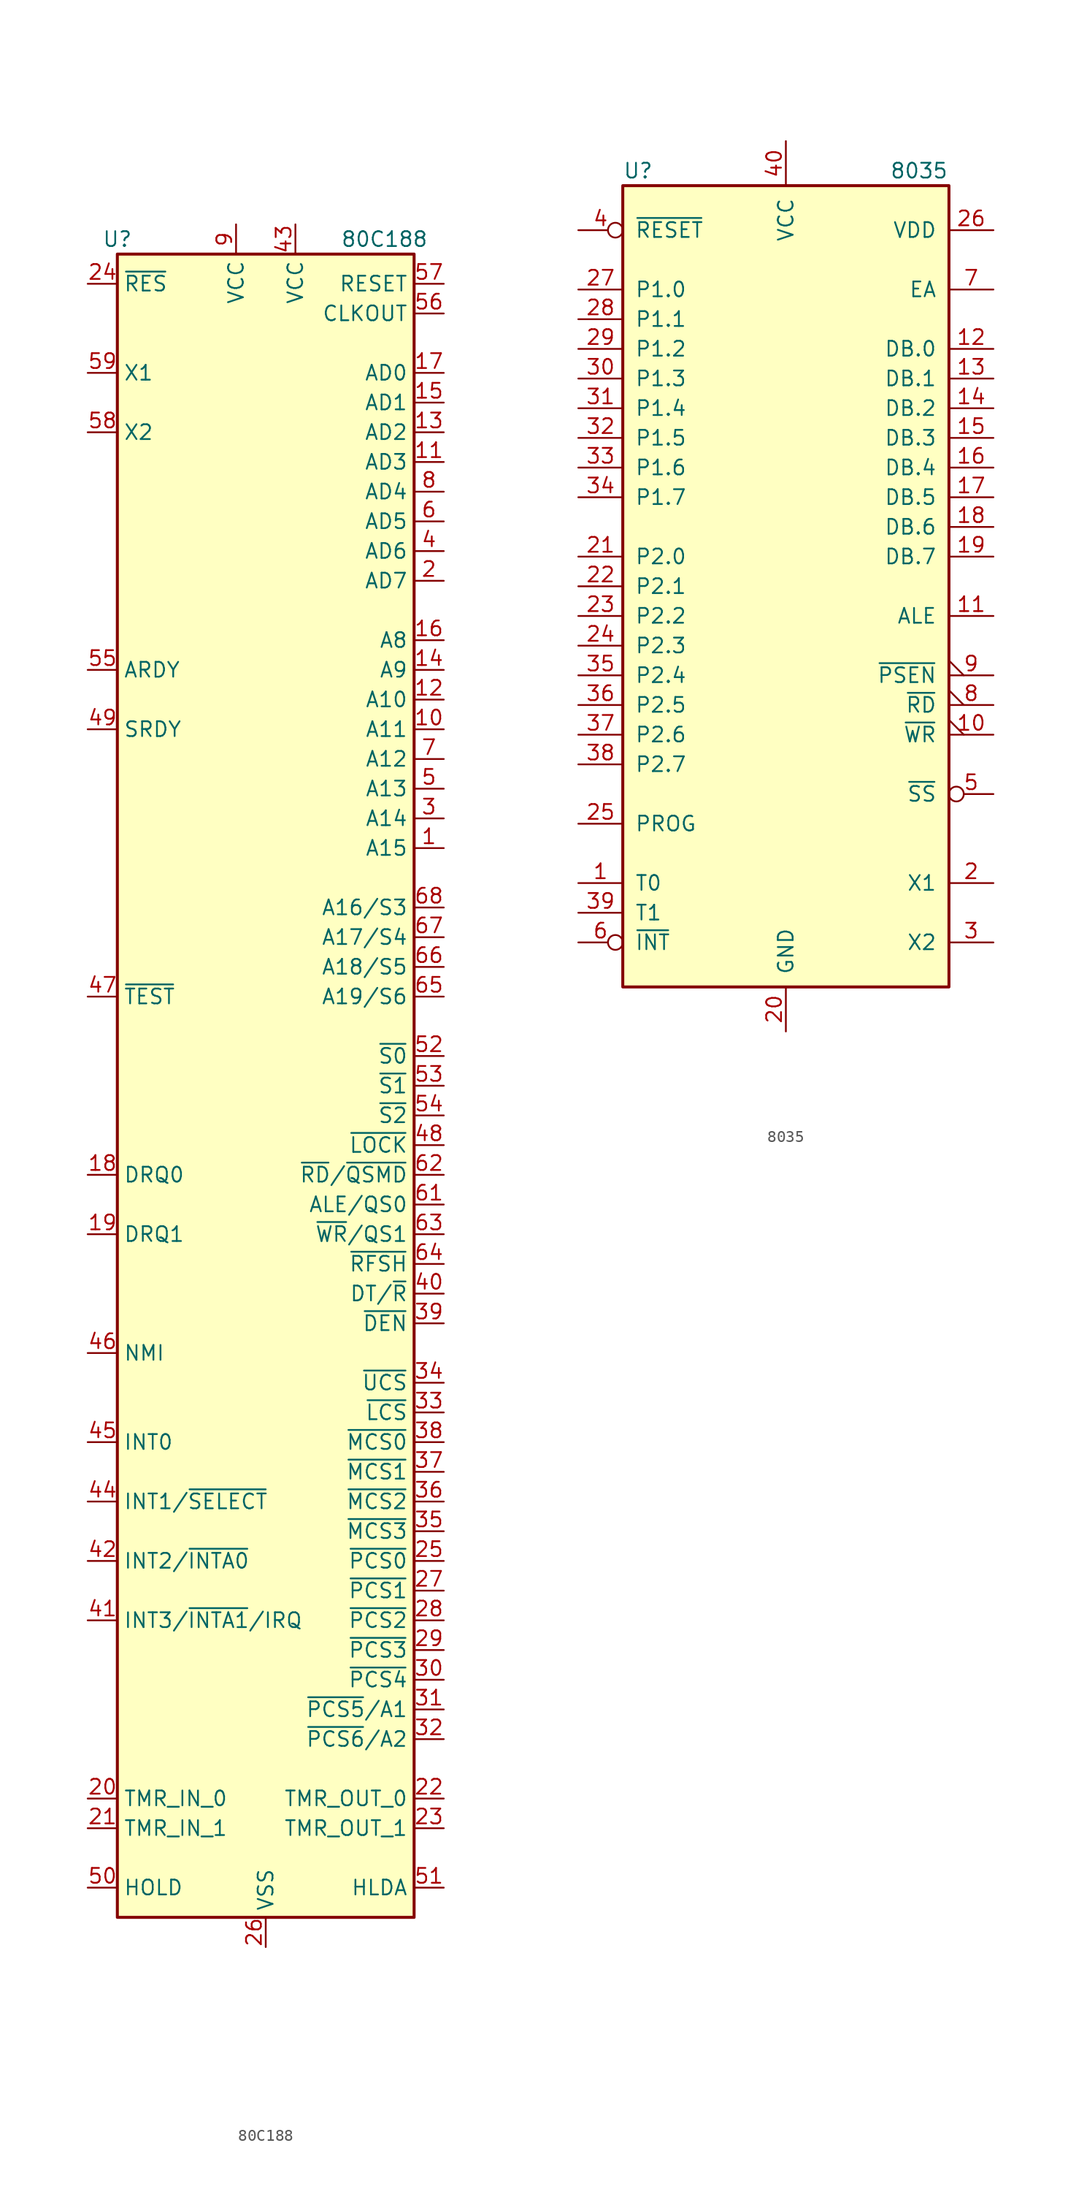
<source format=kicad_sym>
(kicad_symbol_lib
  (version 20241209)
  (generator "kicad_symbol_editor")
  (generator_version "9.0")
  (symbol "80C188"
    (property "Reference" "U"
      (at -12.7 72.39 0)
      (effects (font (size 1.27 1.27))))
    (property "Value" "80C188"
      (at 10.16 72.39 0)
      (effects (font (size 1.27 1.27))))
    (symbol "80C188_0_1"
      (rectangle (start 12.7 -71.12) (end -12.7 71.12) (stroke (width 0.254) (type default)) (fill (type background))))
    (symbol "80C188_1_1"
      (pin input line (at -15.24 68.58 0) (length 2.54) (name "~{RES}" (effects (font (size 1.27 1.27)))) (number "24" (effects (font (size 1.27 1.27)))))
      (pin input line (at -15.24 60.96 0) (length 2.54) (name "X1" (effects (font (size 1.27 1.27)))) (number "59" (effects (font (size 1.27 1.27)))))
      (pin output line (at -15.24 55.88 0) (length 2.54) (name "X2" (effects (font (size 1.27 1.27)))) (number "58" (effects (font (size 1.27 1.27)))))
      (pin input line (at -15.24 35.56 0) (length 2.54) (name "ARDY" (effects (font (size 1.27 1.27)))) (number "55" (effects (font (size 1.27 1.27)))))
      (pin input line (at -15.24 30.48 0) (length 2.54) (name "SRDY" (effects (font (size 1.27 1.27)))) (number "49" (effects (font (size 1.27 1.27)))))
      (pin bidirectional line (at -15.24 7.62 0) (length 2.54) (name "~{TEST}" (effects (font (size 1.27 1.27)))) (number "47" (effects (font (size 1.27 1.27)))))
      (pin input line (at -15.24 -7.62 0) (length 2.54) (name "DRQ0" (effects (font (size 1.27 1.27)))) (number "18" (effects (font (size 1.27 1.27)))))
      (pin input line (at -15.24 -12.7 0) (length 2.54) (name "DRQ1" (effects (font (size 1.27 1.27)))) (number "19" (effects (font (size 1.27 1.27)))))
      (pin input line (at -15.24 -22.86 0) (length 2.54) (name "NMI" (effects (font (size 1.27 1.27)))) (number "46" (effects (font (size 1.27 1.27)))))
      (pin input line (at -15.24 -30.48 0) (length 2.54) (name "INT0" (effects (font (size 1.27 1.27)))) (number "45" (effects (font (size 1.27 1.27)))))
      (pin input line (at -15.24 -35.56 0) (length 2.54) (name "INT1/~{SELECT}" (effects (font (size 1.27 1.27)))) (number "44" (effects (font (size 1.27 1.27)))))
      (pin bidirectional line (at -15.24 -40.64 0) (length 2.54) (name "INT2/~{INTA0}" (effects (font (size 1.27 1.27)))) (number "42" (effects (font (size 1.27 1.27)))))
      (pin bidirectional line (at -15.24 -45.72 0) (length 2.54) (name "INT3/~{INTA1}/IRQ" (effects (font (size 1.27 1.27)))) (number "41" (effects (font (size 1.27 1.27)))))
      (pin input line (at -15.24 -60.96 0) (length 2.54) (name "TMR_IN_0" (effects (font (size 1.27 1.27)))) (number "20" (effects (font (size 1.27 1.27)))))
      (pin input line (at -15.24 -63.5 0) (length 2.54) (name "TMR_IN_1" (effects (font (size 1.27 1.27)))) (number "21" (effects (font (size 1.27 1.27)))))
      (pin input line (at -15.24 -68.58 0) (length 2.54) (name "HOLD" (effects (font (size 1.27 1.27)))) (number "50" (effects (font (size 1.27 1.27)))))
      (pin power_in line (at -2.54 73.66 270) (length 2.54) (name "VCC" (effects (font (size 1.27 1.27)))) (number "9" (effects (font (size 1.27 1.27)))))
      (pin power_in line (at 0 -73.66 90) (length 2.54) (name "VSS" (effects (font (size 1.27 1.27)))) (number "26" (effects (font (size 1.27 1.27)))))
      (pin passive line (at 0 -73.66 90) (length 2.54) (hide yes) (name "VSS" (effects (font (size 1.27 1.27)))) (number "60" (effects (font (size 1.27 1.27)))))
      (pin power_in line (at 2.54 73.66 270) (length 2.54) (name "VCC" (effects (font (size 1.27 1.27)))) (number "43" (effects (font (size 1.27 1.27)))))
      (pin output line (at 15.24 68.58 180) (length 2.54) (name "RESET" (effects (font (size 1.27 1.27)))) (number "57" (effects (font (size 1.27 1.27)))))
      (pin output line (at 15.24 66.04 180) (length 2.54) (name "CLKOUT" (effects (font (size 1.27 1.27)))) (number "56" (effects (font (size 1.27 1.27)))))
      (pin bidirectional line (at 15.24 60.96 180) (length 2.54) (name "AD0" (effects (font (size 1.27 1.27)))) (number "17" (effects (font (size 1.27 1.27)))))
      (pin bidirectional line (at 15.24 58.42 180) (length 2.54) (name "AD1" (effects (font (size 1.27 1.27)))) (number "15" (effects (font (size 1.27 1.27)))))
      (pin bidirectional line (at 15.24 55.88 180) (length 2.54) (name "AD2" (effects (font (size 1.27 1.27)))) (number "13" (effects (font (size 1.27 1.27)))))
      (pin bidirectional line (at 15.24 53.34 180) (length 2.54) (name "AD3" (effects (font (size 1.27 1.27)))) (number "11" (effects (font (size 1.27 1.27)))))
      (pin bidirectional line (at 15.24 50.8 180) (length 2.54) (name "AD4" (effects (font (size 1.27 1.27)))) (number "8" (effects (font (size 1.27 1.27)))))
      (pin bidirectional line (at 15.24 48.26 180) (length 2.54) (name "AD5" (effects (font (size 1.27 1.27)))) (number "6" (effects (font (size 1.27 1.27)))))
      (pin bidirectional line (at 15.24 45.72 180) (length 2.54) (name "AD6" (effects (font (size 1.27 1.27)))) (number "4" (effects (font (size 1.27 1.27)))))
      (pin bidirectional line (at 15.24 43.18 180) (length 2.54) (name "AD7" (effects (font (size 1.27 1.27)))) (number "2" (effects (font (size 1.27 1.27)))))
      (pin output line (at 15.24 38.1 180) (length 2.54) (name "A8" (effects (font (size 1.27 1.27)))) (number "16" (effects (font (size 1.27 1.27)))))
      (pin output line (at 15.24 35.56 180) (length 2.54) (name "A9" (effects (font (size 1.27 1.27)))) (number "14" (effects (font (size 1.27 1.27)))))
      (pin output line (at 15.24 33.02 180) (length 2.54) (name "A10" (effects (font (size 1.27 1.27)))) (number "12" (effects (font (size 1.27 1.27)))))
      (pin output line (at 15.24 30.48 180) (length 2.54) (name "A11" (effects (font (size 1.27 1.27)))) (number "10" (effects (font (size 1.27 1.27)))))
      (pin output line (at 15.24 27.94 180) (length 2.54) (name "A12" (effects (font (size 1.27 1.27)))) (number "7" (effects (font (size 1.27 1.27)))))
      (pin output line (at 15.24 25.4 180) (length 2.54) (name "A13" (effects (font (size 1.27 1.27)))) (number "5" (effects (font (size 1.27 1.27)))))
      (pin output line (at 15.24 22.86 180) (length 2.54) (name "A14" (effects (font (size 1.27 1.27)))) (number "3" (effects (font (size 1.27 1.27)))))
      (pin output line (at 15.24 20.32 180) (length 2.54) (name "A15" (effects (font (size 1.27 1.27)))) (number "1" (effects (font (size 1.27 1.27)))))
      (pin output line (at 15.24 15.24 180) (length 2.54) (name "A16/S3" (effects (font (size 1.27 1.27)))) (number "68" (effects (font (size 1.27 1.27)))))
      (pin output line (at 15.24 12.7 180) (length 2.54) (name "A17/S4" (effects (font (size 1.27 1.27)))) (number "67" (effects (font (size 1.27 1.27)))))
      (pin output line (at 15.24 10.16 180) (length 2.54) (name "A18/S5" (effects (font (size 1.27 1.27)))) (number "66" (effects (font (size 1.27 1.27)))))
      (pin output line (at 15.24 7.62 180) (length 2.54) (name "A19/S6" (effects (font (size 1.27 1.27)))) (number "65" (effects (font (size 1.27 1.27)))))
      (pin output line (at 15.24 2.54 180) (length 2.54) (name "~{S0}" (effects (font (size 1.27 1.27)))) (number "52" (effects (font (size 1.27 1.27)))))
      (pin output line (at 15.24 0 180) (length 2.54) (name "~{S1}" (effects (font (size 1.27 1.27)))) (number "53" (effects (font (size 1.27 1.27)))))
      (pin output line (at 15.24 -2.54 180) (length 2.54) (name "~{S2}" (effects (font (size 1.27 1.27)))) (number "54" (effects (font (size 1.27 1.27)))))
      (pin output line (at 15.24 -5.08 180) (length 2.54) (name "~{LOCK}" (effects (font (size 1.27 1.27)))) (number "48" (effects (font (size 1.27 1.27)))))
      (pin bidirectional line (at 15.24 -7.62 180) (length 2.54) (name "~{RD}/~{QSMD}" (effects (font (size 1.27 1.27)))) (number "62" (effects (font (size 1.27 1.27)))))
      (pin output line (at 15.24 -10.16 180) (length 2.54) (name "ALE/QS0" (effects (font (size 1.27 1.27)))) (number "61" (effects (font (size 1.27 1.27)))))
      (pin output line (at 15.24 -12.7 180) (length 2.54) (name "~{WR}/QS1" (effects (font (size 1.27 1.27)))) (number "63" (effects (font (size 1.27 1.27)))))
      (pin output line (at 15.24 -15.24 180) (length 2.54) (name "~{RFSH}" (effects (font (size 1.27 1.27)))) (number "64" (effects (font (size 1.27 1.27)))))
      (pin output line (at 15.24 -17.78 180) (length 2.54) (name "DT/~{R}" (effects (font (size 1.27 1.27)))) (number "40" (effects (font (size 1.27 1.27)))))
      (pin output line (at 15.24 -20.32 180) (length 2.54) (name "~{DEN}" (effects (font (size 1.27 1.27)))) (number "39" (effects (font (size 1.27 1.27)))))
      (pin bidirectional line (at 15.24 -25.4 180) (length 2.54) (name "~{UCS}" (effects (font (size 1.27 1.27)))) (number "34" (effects (font (size 1.27 1.27)))))
      (pin bidirectional line (at 15.24 -27.94 180) (length 2.54) (name "~{LCS}" (effects (font (size 1.27 1.27)))) (number "33" (effects (font (size 1.27 1.27)))))
      (pin output line (at 15.24 -30.48 180) (length 2.54) (name "~{MCS0}" (effects (font (size 1.27 1.27)))) (number "38" (effects (font (size 1.27 1.27)))))
      (pin output line (at 15.24 -33.02 180) (length 2.54) (name "~{MCS1}" (effects (font (size 1.27 1.27)))) (number "37" (effects (font (size 1.27 1.27)))))
      (pin output line (at 15.24 -35.56 180) (length 2.54) (name "~{MCS2}" (effects (font (size 1.27 1.27)))) (number "36" (effects (font (size 1.27 1.27)))))
      (pin output line (at 15.24 -38.1 180) (length 2.54) (name "~{MCS3}" (effects (font (size 1.27 1.27)))) (number "35" (effects (font (size 1.27 1.27)))))
      (pin output line (at 15.24 -40.64 180) (length 2.54) (name "~{PCS0}" (effects (font (size 1.27 1.27)))) (number "25" (effects (font (size 1.27 1.27)))))
      (pin output line (at 15.24 -43.18 180) (length 2.54) (name "~{PCS1}" (effects (font (size 1.27 1.27)))) (number "27" (effects (font (size 1.27 1.27)))))
      (pin output line (at 15.24 -45.72 180) (length 2.54) (name "~{PCS2}" (effects (font (size 1.27 1.27)))) (number "28" (effects (font (size 1.27 1.27)))))
      (pin output line (at 15.24 -48.26 180) (length 2.54) (name "~{PCS3}" (effects (font (size 1.27 1.27)))) (number "29" (effects (font (size 1.27 1.27)))))
      (pin output line (at 15.24 -50.8 180) (length 2.54) (name "~{PCS4}" (effects (font (size 1.27 1.27)))) (number "30" (effects (font (size 1.27 1.27)))))
      (pin output line (at 15.24 -53.34 180) (length 2.54) (name "~{PCS5}/A1" (effects (font (size 1.27 1.27)))) (number "31" (effects (font (size 1.27 1.27)))))
      (pin output line (at 15.24 -55.88 180) (length 2.54) (name "~{PCS6}/A2" (effects (font (size 1.27 1.27)))) (number "32" (effects (font (size 1.27 1.27)))))
      (pin output line (at 15.24 -60.96 180) (length 2.54) (name "TMR_OUT_0" (effects (font (size 1.27 1.27)))) (number "22" (effects (font (size 1.27 1.27)))))
      (pin output line (at 15.24 -63.5 180) (length 2.54) (name "TMR_OUT_1" (effects (font (size 1.27 1.27)))) (number "23" (effects (font (size 1.27 1.27)))))
      (pin output line (at 15.24 -68.58 180) (length 2.54) (name "HLDA" (effects (font (size 1.27 1.27)))) (number "51" (effects (font (size 1.27 1.27)))))))
  (symbol "8035"
    (pin_names
      (offset 1.016))
    (property "Reference" "U"
      (at -13.97 35.56 0)
      (effects (font (size 1.27 1.27)) (justify left)))
    (property "Value" "8035"
      (at 8.89 35.56 0)
      (effects (font (size 1.27 1.27)) (justify left)))
    (symbol "8035_1_1"
      (rectangle (start -13.97 -34.29) (end 13.97 34.29) (stroke (width 0.254) (type default)) (fill (type background)))
      (pin input inverted (at -17.78 30.48 0) (length 3.81) (name "~{RESET}" (effects (font (size 1.27 1.27)))) (number "4" (effects (font (size 1.27 1.27)))))
      (pin bidirectional line (at -17.78 25.4 0) (length 3.81) (name "P1.0" (effects (font (size 1.27 1.27)))) (number "27" (effects (font (size 1.27 1.27)))))
      (pin bidirectional line (at -17.78 22.86 0) (length 3.81) (name "P1.1" (effects (font (size 1.27 1.27)))) (number "28" (effects (font (size 1.27 1.27)))))
      (pin bidirectional line (at -17.78 20.32 0) (length 3.81) (name "P1.2" (effects (font (size 1.27 1.27)))) (number "29" (effects (font (size 1.27 1.27)))))
      (pin bidirectional line (at -17.78 17.78 0) (length 3.81) (name "P1.3" (effects (font (size 1.27 1.27)))) (number "30" (effects (font (size 1.27 1.27)))))
      (pin bidirectional line (at -17.78 15.24 0) (length 3.81) (name "P1.4" (effects (font (size 1.27 1.27)))) (number "31" (effects (font (size 1.27 1.27)))))
      (pin bidirectional line (at -17.78 12.7 0) (length 3.81) (name "P1.5" (effects (font (size 1.27 1.27)))) (number "32" (effects (font (size 1.27 1.27)))))
      (pin bidirectional line (at -17.78 10.16 0) (length 3.81) (name "P1.6" (effects (font (size 1.27 1.27)))) (number "33" (effects (font (size 1.27 1.27)))))
      (pin bidirectional line (at -17.78 7.62 0) (length 3.81) (name "P1.7" (effects (font (size 1.27 1.27)))) (number "34" (effects (font (size 1.27 1.27)))))
      (pin bidirectional line (at -17.78 2.54 0) (length 3.81) (name "P2.0" (effects (font (size 1.27 1.27)))) (number "21" (effects (font (size 1.27 1.27)))))
      (pin bidirectional line (at -17.78 0 0) (length 3.81) (name "P2.1" (effects (font (size 1.27 1.27)))) (number "22" (effects (font (size 1.27 1.27)))))
      (pin bidirectional line (at -17.78 -2.54 0) (length 3.81) (name "P2.2" (effects (font (size 1.27 1.27)))) (number "23" (effects (font (size 1.27 1.27)))))
      (pin bidirectional line (at -17.78 -5.08 0) (length 3.81) (name "P2.3" (effects (font (size 1.27 1.27)))) (number "24" (effects (font (size 1.27 1.27)))))
      (pin bidirectional line (at -17.78 -7.62 0) (length 3.81) (name "P2.4" (effects (font (size 1.27 1.27)))) (number "35" (effects (font (size 1.27 1.27)))))
      (pin bidirectional line (at -17.78 -10.16 0) (length 3.81) (name "P2.5" (effects (font (size 1.27 1.27)))) (number "36" (effects (font (size 1.27 1.27)))))
      (pin bidirectional line (at -17.78 -12.7 0) (length 3.81) (name "P2.6" (effects (font (size 1.27 1.27)))) (number "37" (effects (font (size 1.27 1.27)))))
      (pin bidirectional line (at -17.78 -15.24 0) (length 3.81) (name "P2.7" (effects (font (size 1.27 1.27)))) (number "38" (effects (font (size 1.27 1.27)))))
      (pin output line (at -17.78 -20.32 0) (length 3.81) (name "PROG" (effects (font (size 1.27 1.27)))) (number "25" (effects (font (size 1.27 1.27)))))
      (pin input line (at -17.78 -25.4 0) (length 3.81) (name "T0" (effects (font (size 1.27 1.27)))) (number "1" (effects (font (size 1.27 1.27)))))
      (pin input line (at -17.78 -27.94 0) (length 3.81) (name "T1" (effects (font (size 1.27 1.27)))) (number "39" (effects (font (size 1.27 1.27)))))
      (pin input inverted (at -17.78 -30.48 0) (length 3.81) (name "~{INT}" (effects (font (size 1.27 1.27)))) (number "6" (effects (font (size 1.27 1.27)))))
      (pin power_in line (at 0 38.1 270) (length 3.81) (name "VCC" (effects (font (size 1.27 1.27)))) (number "40" (effects (font (size 1.27 1.27)))))
      (pin power_in line (at 0 -38.1 90) (length 3.81) (name "GND" (effects (font (size 1.27 1.27)))) (number "20" (effects (font (size 1.27 1.27)))))
      (pin power_in line (at 17.78 30.48 180) (length 3.81) (name "VDD" (effects (font (size 1.27 1.27)))) (number "26" (effects (font (size 1.27 1.27)))))
      (pin input line (at 17.78 25.4 180) (length 3.81) (name "EA" (effects (font (size 1.27 1.27)))) (number "7" (effects (font (size 1.27 1.27)))))
      (pin bidirectional line (at 17.78 20.32 180) (length 3.81) (name "DB.0" (effects (font (size 1.27 1.27)))) (number "12" (effects (font (size 1.27 1.27)))))
      (pin bidirectional line (at 17.78 17.78 180) (length 3.81) (name "DB.1" (effects (font (size 1.27 1.27)))) (number "13" (effects (font (size 1.27 1.27)))))
      (pin bidirectional line (at 17.78 15.24 180) (length 3.81) (name "DB.2" (effects (font (size 1.27 1.27)))) (number "14" (effects (font (size 1.27 1.27)))))
      (pin bidirectional line (at 17.78 12.7 180) (length 3.81) (name "DB.3" (effects (font (size 1.27 1.27)))) (number "15" (effects (font (size 1.27 1.27)))))
      (pin bidirectional line (at 17.78 10.16 180) (length 3.81) (name "DB.4" (effects (font (size 1.27 1.27)))) (number "16" (effects (font (size 1.27 1.27)))))
      (pin bidirectional line (at 17.78 7.62 180) (length 3.81) (name "DB.5" (effects (font (size 1.27 1.27)))) (number "17" (effects (font (size 1.27 1.27)))))
      (pin bidirectional line (at 17.78 5.08 180) (length 3.81) (name "DB.6" (effects (font (size 1.27 1.27)))) (number "18" (effects (font (size 1.27 1.27)))))
      (pin bidirectional line (at 17.78 2.54 180) (length 3.81) (name "DB.7" (effects (font (size 1.27 1.27)))) (number "19" (effects (font (size 1.27 1.27)))))
      (pin output line (at 17.78 -2.54 180) (length 3.81) (name "ALE" (effects (font (size 1.27 1.27)))) (number "11" (effects (font (size 1.27 1.27)))))
      (pin output output_low (at 17.78 -7.62 180) (length 3.81) (name "~{PSEN}" (effects (font (size 1.27 1.27)))) (number "9" (effects (font (size 1.27 1.27)))))
      (pin output output_low (at 17.78 -10.16 180) (length 3.81) (name "~{RD}" (effects (font (size 1.27 1.27)))) (number "8" (effects (font (size 1.27 1.27)))))
      (pin output output_low (at 17.78 -12.7 180) (length 3.81) (name "~{WR}" (effects (font (size 1.27 1.27)))) (number "10" (effects (font (size 1.27 1.27)))))
      (pin input inverted (at 17.78 -17.78 180) (length 3.81) (name "~{SS}" (effects (font (size 1.27 1.27)))) (number "5" (effects (font (size 1.27 1.27)))))
      (pin input line (at 17.78 -25.4 180) (length 3.81) (name "X1" (effects (font (size 1.27 1.27)))) (number "2" (effects (font (size 1.27 1.27)))))
      (pin output line (at 17.78 -30.48 180) (length 3.81) (name "X2" (effects (font (size 1.27 1.27)))) (number "3" (effects (font (size 1.27 1.27))))))))
</source>
